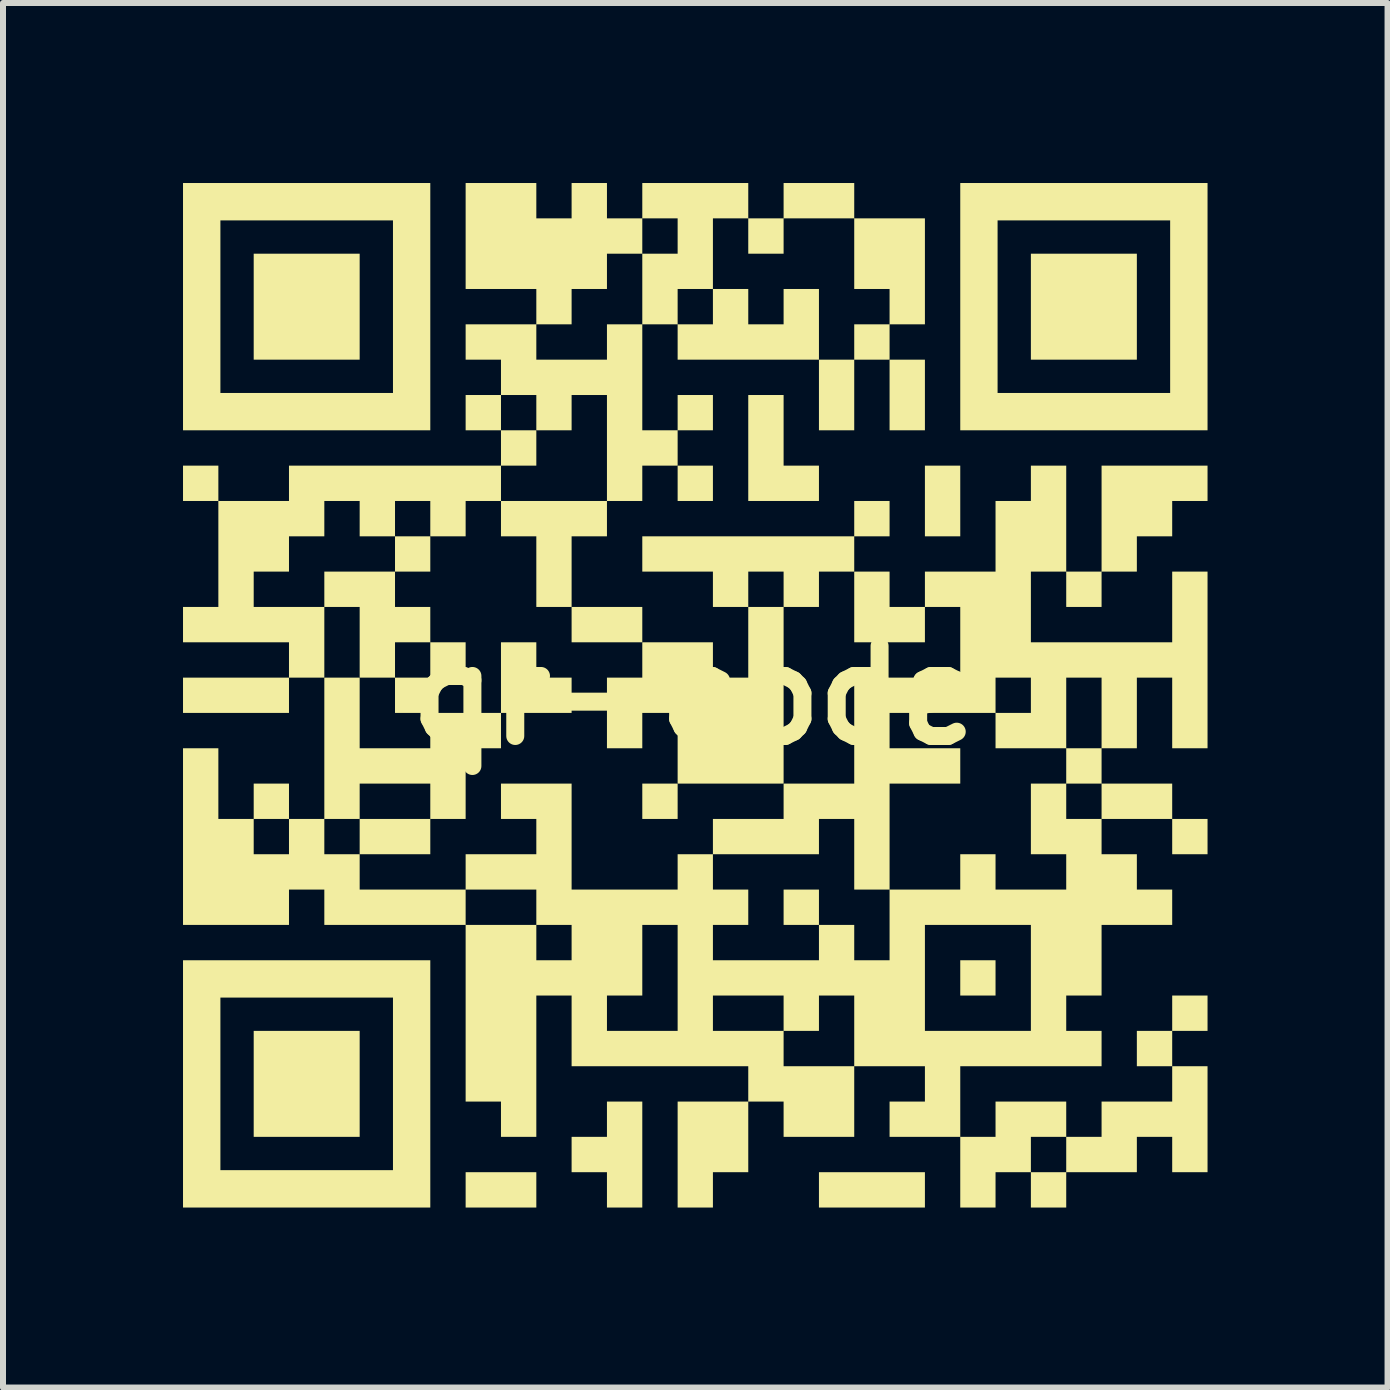
<source format=kicad_pcb>
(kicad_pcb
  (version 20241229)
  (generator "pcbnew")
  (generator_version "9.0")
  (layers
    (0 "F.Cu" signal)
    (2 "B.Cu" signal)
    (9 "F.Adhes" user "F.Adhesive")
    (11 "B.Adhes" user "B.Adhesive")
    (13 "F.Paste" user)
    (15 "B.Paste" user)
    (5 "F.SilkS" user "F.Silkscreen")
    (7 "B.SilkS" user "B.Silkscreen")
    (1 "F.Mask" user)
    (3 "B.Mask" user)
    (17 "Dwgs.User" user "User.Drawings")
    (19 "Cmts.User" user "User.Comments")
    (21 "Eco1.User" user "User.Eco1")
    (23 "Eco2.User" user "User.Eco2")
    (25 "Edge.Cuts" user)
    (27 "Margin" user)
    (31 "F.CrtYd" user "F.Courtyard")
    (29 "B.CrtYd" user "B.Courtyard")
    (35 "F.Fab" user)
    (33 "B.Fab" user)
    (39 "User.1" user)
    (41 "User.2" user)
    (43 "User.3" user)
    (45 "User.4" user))
  (footprint "qr-code"
    (layer "F.Cu")
    (at 8.537 8.537)
    (property "Reference" "qr-code" (at 0 0 0) (layer "F.SilkS") (effects (font (size 1.5 1.5) (thickness 0.3))))
    (attr board_only exclude_from_pos_files exclude_from_bom)
    (fp_poly (pts (xy -5.593 -6.476) (xy -5.593 -5.593) (xy -6.476 -5.593) (xy -7.359 -5.593) (xy -7.359 -6.476) (xy -7.359 -7.359) (xy -6.476 -7.359) (xy -5.593 -7.359)) (stroke (width 0) (type solid)) (fill yes) (layer "F.SilkS"))
    (fp_poly (pts (xy -5.593 6.476) (xy -5.593 7.359) (xy -6.476 7.359) (xy -7.359 7.359) (xy -7.359 6.476) (xy -7.359 5.593) (xy -6.476 5.593) (xy -5.593 5.593)) (stroke (width 0) (type solid)) (fill yes) (layer "F.SilkS"))
    (fp_poly (pts (xy -4.416 2.355) (xy -4.416 2.649) (xy -5.004 2.649) (xy -5.593 2.649) (xy -5.593 2.355) (xy -5.593 2.061) (xy -5.004 2.061) (xy -4.416 2.061)) (stroke (width 0) (type solid)) (fill yes) (layer "F.SilkS"))
    (fp_poly (pts (xy -2.649 8.242) (xy -2.649 8.537) (xy -3.238 8.537) (xy -3.827 8.537) (xy -3.827 8.242) (xy -3.827 7.948) (xy -3.238 7.948) (xy -2.649 7.948)) (stroke (width 0) (type solid)) (fill yes) (layer "F.SilkS"))
    (fp_poly (pts (xy -0.883 -1.177) (xy -0.883 -0.883) (xy -1.472 -0.883) (xy -2.061 -0.883) (xy -2.061 -1.177) (xy -2.061 -1.472) (xy -1.472 -1.472) (xy -0.883 -1.472)) (stroke (width 0) (type solid)) (fill yes) (layer "F.SilkS"))
    (fp_poly (pts (xy -0.294 1.766) (xy -0.294 2.061) (xy -0.589 2.061) (xy -0.883 2.061) (xy -0.883 1.766) (xy -0.883 1.472) (xy -0.589 1.472) (xy -0.294 1.472)) (stroke (width 0) (type solid)) (fill yes) (layer "F.SilkS"))
    (fp_poly (pts (xy 0.294 -3.532) (xy 0.294 -3.238) (xy 0 -3.238) (xy -0.294 -3.238) (xy -0.294 -3.532) (xy -0.294 -3.827) (xy 0 -3.827) (xy 0.294 -3.827)) (stroke (width 0) (type solid)) (fill yes) (layer "F.SilkS"))
    (fp_poly (pts (xy 2.061 3.532) (xy 2.061 3.827) (xy 1.766 3.827) (xy 1.472 3.827) (xy 1.472 3.532) (xy 1.472 3.238) (xy 1.766 3.238) (xy 2.061 3.238)) (stroke (width 0) (type solid)) (fill yes) (layer "F.SilkS"))
    (fp_poly (pts (xy 3.827 -5.004) (xy 3.827 -4.416) (xy 3.532 -4.416) (xy 3.238 -4.416) (xy 3.238 -5.004) (xy 3.238 -5.593) (xy 3.532 -5.593) (xy 3.827 -5.593)) (stroke (width 0) (type solid)) (fill yes) (layer "F.SilkS"))
    (fp_poly (pts (xy 3.827 8.242) (xy 3.827 8.537) (xy 2.944 8.537) (xy 2.061 8.537) (xy 2.061 8.242) (xy 2.061 7.948) (xy 2.944 7.948) (xy 3.827 7.948)) (stroke (width 0) (type solid)) (fill yes) (layer "F.SilkS"))
    (fp_poly (pts (xy 4.416 -3.238) (xy 4.416 -2.649) (xy 4.121 -2.649) (xy 3.827 -2.649) (xy 3.827 -3.238) (xy 3.827 -3.827) (xy 4.121 -3.827) (xy 4.416 -3.827)) (stroke (width 0) (type solid)) (fill yes) (layer "F.SilkS"))
    (fp_poly (pts (xy 5.004 4.71) (xy 5.004 5.004) (xy 4.71 5.004) (xy 4.416 5.004) (xy 4.416 4.71) (xy 4.416 4.416) (xy 4.71 4.416) (xy 5.004 4.416)) (stroke (width 0) (type solid)) (fill yes) (layer "F.SilkS"))
    (fp_poly (pts (xy 7.359 -6.476) (xy 7.359 -5.593) (xy 6.476 -5.593) (xy 5.593 -5.593) (xy 5.593 -6.476) (xy 5.593 -7.359) (xy 6.476 -7.359) (xy 7.359 -7.359)) (stroke (width 0) (type solid)) (fill yes) (layer "F.SilkS"))
    (fp_poly (pts (xy 8.537 2.355) (xy 8.537 2.649) (xy 8.242 2.649) (xy 7.948 2.649) (xy 7.948 2.355) (xy 7.948 2.061) (xy 8.242 2.061) (xy 8.537 2.061)) (stroke (width 0) (type solid)) (fill yes) (layer "F.SilkS"))
    (fp_poly (pts (xy -2.649 -0.589) (xy -2.649 -0.294) (xy -2.355 -0.294) (xy -2.061 -0.294) (xy -2.061 0) (xy -2.061 0.294) (xy -2.649 0.294) (xy -3.238 0.294) (xy -3.238 -0.294) (xy -3.238 -0.883) (xy -2.944 -0.883) (xy -2.649 -0.883)) (stroke (width 0) (type solid)) (fill yes) (layer "F.SilkS"))
    (fp_poly (pts (xy 1.472 -4.416) (xy 1.472 -3.827) (xy 1.766 -3.827) (xy 2.061 -3.827) (xy 2.061 -3.532) (xy 2.061 -3.238) (xy 1.472 -3.238) (xy 0.883 -3.238) (xy 0.883 -4.121) (xy 0.883 -5.004) (xy 1.177 -5.004) (xy 1.472 -5.004)) (stroke (width 0) (type solid)) (fill yes) (layer "F.SilkS"))
    (fp_poly (pts (xy -0.883 7.654) (xy -0.883 8.537) (xy -1.177 8.537) (xy -1.472 8.537) (xy -1.472 8.242) (xy -1.472 7.948) (xy -1.766 7.948) (xy -2.061 7.948) (xy -2.061 7.654) (xy -2.061 7.359) (xy -1.766 7.359) (xy -1.472 7.359) (xy -1.472 7.065) (xy -1.472 6.771) (xy -1.177 6.771) (xy -0.883 6.771)) (stroke (width 0) (type solid)) (fill yes) (layer "F.SilkS"))
    (fp_poly (pts (xy 8.537 5.299) (xy 8.537 5.593) (xy 8.242 5.593) (xy 7.948 5.593) (xy 7.948 5.887) (xy 7.948 6.182) (xy 7.654 6.182) (xy 7.359 6.182) (xy 7.359 5.887) (xy 7.359 5.593) (xy 7.654 5.593) (xy 7.948 5.593) (xy 7.948 5.299) (xy 7.948 5.004) (xy 8.242 5.004) (xy 8.537 5.004)) (stroke (width 0) (type solid)) (fill yes) (layer "F.SilkS"))
    (fp_poly (pts (xy -4.416 -6.476) (xy -4.416 -4.416) (xy -6.476 -4.416) (xy -8.537 -4.416) (xy -8.537 -6.476) (xy -7.914 -6.476) (xy -7.914 -5.038) (xy -6.476 -5.038) (xy -5.038 -5.038) (xy -5.038 -6.476) (xy -5.038 -7.914) (xy -6.476 -7.914) (xy -7.914 -7.914) (xy -7.914 -6.476) (xy -8.537 -6.476) (xy -8.537 -8.537) (xy -6.476 -8.537) (xy -4.416 -8.537)) (stroke (width 0) (type solid)) (fill yes) (layer "F.SilkS"))
    (fp_poly (pts (xy -4.416 6.476) (xy -4.416 8.537) (xy -6.476 8.537) (xy -8.537 8.537) (xy -8.537 6.476) (xy -7.914 6.476) (xy -7.914 7.914) (xy -6.476 7.914) (xy -5.038 7.914) (xy -5.038 6.476) (xy -5.038 5.038) (xy -6.476 5.038) (xy -7.914 5.038) (xy -7.914 6.476) (xy -8.537 6.476) (xy -8.537 4.416) (xy -6.476 4.416) (xy -4.416 4.416)) (stroke (width 0) (type solid)) (fill yes) (layer "F.SilkS"))
    (fp_poly (pts (xy 8.537 -6.476) (xy 8.537 -4.416) (xy 6.476 -4.416) (xy 4.416 -4.416) (xy 4.416 -6.476) (xy 5.038 -6.476) (xy 5.038 -5.038) (xy 6.476 -5.038) (xy 7.914 -5.038) (xy 7.914 -6.476) (xy 7.914 -7.914) (xy 6.476 -7.914) (xy 5.038 -7.914) (xy 5.038 -6.476) (xy 4.416 -6.476) (xy 4.416 -8.537) (xy 6.476 -8.537) (xy 8.537 -8.537)) (stroke (width 0) (type solid)) (fill yes) (layer "F.SilkS"))
    (fp_poly (pts (xy 1.472 0) (xy 1.472 1.472) (xy 0.589 1.472) (xy -0.294 1.472) (xy -0.294 0.883) (xy -0.294 0.294) (xy -0.589 0.294) (xy -0.883 0.294) (xy -0.883 0.589) (xy -0.883 0.883) (xy -1.177 0.883) (xy -1.472 0.883) (xy -1.472 0.294) (xy -1.472 -0.294) (xy -1.177 -0.294) (xy -0.883 -0.294) (xy -0.883 -0.589) (xy -0.883 -0.883) (xy -0.294 -0.883) (xy 0.294 -0.883) (xy 0.294 -0.589) (xy 0.294 -0.294) (xy 0.589 -0.294) (xy 0.883 -0.294) (xy 0.883 -0.883) (xy 0.883 -1.472) (xy 1.177 -1.472) (xy 1.472 -1.472)) (stroke (width 0) (type solid)) (fill yes) (layer "F.SilkS"))
    (fp_poly (pts (xy 3.238 -2.944) (xy 3.238 -2.649) (xy 2.944 -2.649) (xy 2.649 -2.649) (xy 2.649 -2.355) (xy 2.649 -2.061) (xy 2.355 -2.061) (xy 2.061 -2.061) (xy 2.061 -1.766) (xy 2.061 -1.472) (xy 1.766 -1.472) (xy 1.472 -1.472) (xy 1.472 -1.766) (xy 1.472 -2.061) (xy 1.177 -2.061) (xy 0.883 -2.061) (xy 0.883 -1.766) (xy 0.883 -1.472) (xy 0.589 -1.472) (xy 0.294 -1.472) (xy 0.294 -1.766) (xy 0.294 -2.061) (xy -0.294 -2.061) (xy -0.883 -2.061) (xy -0.883 -2.355) (xy -0.883 -2.649) (xy 0.883 -2.649) (xy 2.649 -2.649) (xy 2.649 -2.944) (xy 2.649 -3.238) (xy 2.944 -3.238) (xy 3.238 -3.238)) (stroke (width 0) (type solid)) (fill yes) (layer "F.SilkS"))
    (fp_poly (pts (xy -4.416 -2.355) (xy -4.416 -2.061) (xy -4.71 -2.061) (xy -5.004 -2.061) (xy -5.004 -1.766) (xy -5.004 -1.472) (xy -4.71 -1.472) (xy -4.416 -1.472) (xy -4.416 -1.177) (xy -4.416 -0.883) (xy -4.71 -0.883) (xy -5.004 -0.883) (xy -5.004 -0.589) (xy -5.004 -0.294) (xy -4.71 -0.294) (xy -4.416 -0.294) (xy -4.416 -0.589) (xy -4.416 -0.883) (xy -4.121 -0.883) (xy -3.827 -0.883) (xy -3.827 -0.589) (xy -3.827 -0.294) (xy -4.121 -0.294) (xy -4.416 -0.294) (xy -4.416 0) (xy -4.416 0.294) (xy -4.71 0.294) (xy -5.004 0.294) (xy -5.004 0) (xy -5.004 -0.294) (xy -5.299 -0.294) (xy -5.593 -0.294) (xy -5.593 -0.883) (xy -5.593 -1.472) (xy -5.887 -1.472) (xy -6.182 -1.472) (xy -6.182 -1.766) (xy -6.182 -2.061) (xy -5.593 -2.061) (xy -5.004 -2.061) (xy -5.004 -2.355) (xy -5.004 -2.649) (xy -4.71 -2.649) (xy -4.416 -2.649)) (stroke (width 0) (type solid)) (fill yes) (layer "F.SilkS"))
    (fp_poly (pts (xy -2.649 -4.121) (xy -2.649 -3.827) (xy -2.944 -3.827) (xy -3.238 -3.827) (xy -3.238 -3.532) (xy -3.238 -3.238) (xy -3.532 -3.238) (xy -3.827 -3.238) (xy -3.827 -2.944) (xy -3.827 -2.649) (xy -4.121 -2.649) (xy -4.416 -2.649) (xy -4.416 -2.944) (xy -4.416 -3.238) (xy -4.71 -3.238) (xy -5.004 -3.238) (xy -5.004 -2.944) (xy -5.004 -2.649) (xy -5.299 -2.649) (xy -5.593 -2.649) (xy -5.593 -2.944) (xy -5.593 -3.238) (xy -5.887 -3.238) (xy -6.182 -3.238) (xy -6.182 -2.944) (xy -6.182 -2.649) (xy -6.476 -2.649) (xy -6.771 -2.649) (xy -6.771 -2.355) (xy -6.771 -2.061) (xy -7.065 -2.061) (xy -7.359 -2.061) (xy -7.359 -1.766) (xy -7.359 -1.472) (xy -6.771 -1.472) (xy -6.182 -1.472) (xy -6.182 -0.883) (xy -6.182 -0.294) (xy -6.476 -0.294) (xy -6.771 -0.294) (xy -6.771 0) (xy -6.771 0.294) (xy -7.654 0.294) (xy -8.537 0.294) (xy -8.537 0) (xy -8.537 -0.294) (xy -7.654 -0.294) (xy -6.771 -0.294) (xy -6.771 -0.589) (xy -6.771 -0.883) (xy -7.654 -0.883) (xy -8.537 -0.883) (xy -8.537 -1.177) (xy -8.537 -1.472) (xy -8.242 -1.472) (xy -7.948 -1.472) (xy -7.948 -2.355) (xy -7.948 -3.238) (xy -8.242 -3.238) (xy -8.537 -3.238) (xy -8.537 -3.532) (xy -8.537 -3.827) (xy -8.242 -3.827) (xy -7.948 -3.827) (xy -7.948 -3.532) (xy -7.948 -3.238) (xy -7.359 -3.238) (xy -6.771 -3.238) (xy -6.771 -3.532) (xy -6.771 -3.827) (xy -5.004 -3.827) (xy -3.238 -3.827) (xy -3.238 -4.121) (xy -3.238 -4.416) (xy -2.944 -4.416) (xy -2.649 -4.416)) (stroke (width 0) (type solid)) (fill yes) (layer "F.SilkS"))
    (fp_poly (pts (xy -2.649 -8.242) (xy -2.649 -7.948) (xy -2.355 -7.948) (xy -2.061 -7.948) (xy -2.061 -8.242) (xy -2.061 -8.537) (xy -1.766 -8.537) (xy -1.472 -8.537) (xy -1.472 -8.242) (xy -1.472 -7.948) (xy -1.177 -7.948) (xy -0.883 -7.948) (xy -0.883 -8.242) (xy -0.883 -8.537) (xy 0 -8.537) (xy 0.883 -8.537) (xy 0.883 -8.242) (xy 0.883 -7.948) (xy 1.177 -7.948) (xy 1.472 -7.948) (xy 1.472 -8.242) (xy 1.472 -8.537) (xy 2.061 -8.537) (xy 2.649 -8.537) (xy 2.649 -8.242) (xy 2.649 -7.948) (xy 2.061 -7.948) (xy 1.472 -7.948) (xy 1.472 -7.654) (xy 1.472 -7.359) (xy 1.177 -7.359) (xy 0.883 -7.359) (xy 0.883 -7.654) (xy 0.883 -7.948) (xy 0.589 -7.948) (xy 0.294 -7.948) (xy 0.294 -7.359) (xy 0.294 -6.771) (xy 0 -6.771) (xy -0.294 -6.771) (xy -0.294 -6.476) (xy -0.294 -6.182) (xy 0 -6.182) (xy 0.294 -6.182) (xy 0.294 -6.476) (xy 0.294 -6.771) (xy 0.589 -6.771) (xy 0.883 -6.771) (xy 0.883 -6.476) (xy 0.883 -6.182) (xy 1.177 -6.182) (xy 1.472 -6.182) (xy 1.472 -6.476) (xy 1.472 -6.771) (xy 1.766 -6.771) (xy 2.061 -6.771) (xy 2.061 -6.182) (xy 2.061 -5.593) (xy 2.355 -5.593) (xy 2.649 -5.593) (xy 2.649 -5.887) (xy 2.649 -6.182) (xy 2.944 -6.182) (xy 3.238 -6.182) (xy 3.238 -6.476) (xy 3.238 -6.771) (xy 2.944 -6.771) (xy 2.649 -6.771) (xy 2.649 -7.359) (xy 2.649 -7.948) (xy 3.238 -7.948) (xy 3.827 -7.948) (xy 3.827 -7.065) (xy 3.827 -6.182) (xy 3.532 -6.182) (xy 3.238 -6.182) (xy 3.238 -5.887) (xy 3.238 -5.593) (xy 2.944 -5.593) (xy 2.649 -5.593) (xy 2.649 -5.004) (xy 2.649 -4.416) (xy 2.355 -4.416) (xy 2.061 -4.416) (xy 2.061 -5.004) (xy 2.061 -5.593) (xy 0.883 -5.593) (xy -0.294 -5.593) (xy -0.294 -5.887) (xy -0.294 -6.182) (xy -0.589 -6.182) (xy -0.883 -6.182) (xy -0.883 -5.299) (xy -0.883 -4.416) (xy -0.589 -4.416) (xy -0.294 -4.416) (xy -0.294 -4.71) (xy -0.294 -5.004) (xy 0 -5.004) (xy 0.294 -5.004) (xy 0.294 -4.71) (xy 0.294 -4.416) (xy 0 -4.416) (xy -0.294 -4.416) (xy -0.294 -4.121) (xy -0.294 -3.827) (xy -0.589 -3.827) (xy -0.883 -3.827) (xy -0.883 -3.532) (xy -0.883 -3.238) (xy -1.177 -3.238) (xy -1.472 -3.238) (xy -1.472 -2.944) (xy -1.472 -2.649) (xy -1.766 -2.649) (xy -2.061 -2.649) (xy -2.061 -2.061) (xy -2.061 -1.472) (xy -2.355 -1.472) (xy -2.649 -1.472) (xy -2.649 -2.061) (xy -2.649 -2.649) (xy -2.944 -2.649) (xy -3.238 -2.649) (xy -3.238 -2.944) (xy -3.238 -3.238) (xy -2.355 -3.238) (xy -1.472 -3.238) (xy -1.472 -4.121) (xy -1.472 -5.004) (xy -1.766 -5.004) (xy -2.061 -5.004) (xy -2.061 -4.71) (xy -2.061 -4.416) (xy -2.355 -4.416) (xy -2.649 -4.416) (xy -2.649 -4.71) (xy -2.649 -5.004) (xy -2.944 -5.004) (xy -3.238 -5.004) (xy -3.238 -4.71) (xy -3.238 -4.416) (xy -3.532 -4.416) (xy -3.827 -4.416) (xy -3.827 -4.71) (xy -3.827 -5.004) (xy -3.532 -5.004) (xy -3.238 -5.004) (xy -3.238 -5.299) (xy -3.238 -5.593) (xy -3.532 -5.593) (xy -3.827 -5.593) (xy -3.827 -5.887) (xy -3.827 -6.182) (xy -3.238 -6.182) (xy -2.649 -6.182) (xy -2.649 -5.887) (xy -2.649 -5.593) (xy -2.061 -5.593) (xy -1.472 -5.593) (xy -1.472 -5.887) (xy -1.472 -6.182) (xy -1.177 -6.182) (xy -0.883 -6.182) (xy -0.883 -6.771) (xy -0.883 -7.359) (xy -0.589 -7.359) (xy -0.294 -7.359) (xy -0.294 -7.654) (xy -0.294 -7.948) (xy -0.589 -7.948) (xy -0.883 -7.948) (xy -0.883 -7.654) (xy -0.883 -7.359) (xy -1.177 -7.359) (xy -1.472 -7.359) (xy -1.472 -7.065) (xy -1.472 -6.771) (xy -1.766 -6.771) (xy -2.061 -6.771) (xy -2.061 -6.476) (xy -2.061 -6.182) (xy -2.355 -6.182) (xy -2.649 -6.182) (xy -2.649 -6.476) (xy -2.649 -6.771) (xy -3.238 -6.771) (xy -3.827 -6.771) (xy -3.827 -7.654) (xy -3.827 -8.537) (xy -3.238 -8.537) (xy -2.649 -8.537)) (stroke (width 0) (type solid)) (fill yes) (layer "F.SilkS"))
    (fp_poly (pts (xy 6.182 -2.944) (xy 6.182 -2.061) (xy 6.476 -2.061) (xy 6.771 -2.061) (xy 6.771 -2.944) (xy 6.771 -3.827) (xy 7.654 -3.827) (xy 8.537 -3.827) (xy 8.537 -3.532) (xy 8.537 -3.238) (xy 8.242 -3.238) (xy 7.948 -3.238) (xy 7.948 -2.944) (xy 7.948 -2.649) (xy 7.654 -2.649) (xy 7.359 -2.649) (xy 7.359 -2.355) (xy 7.359 -2.061) (xy 7.065 -2.061) (xy 6.771 -2.061) (xy 6.771 -1.766) (xy 6.771 -1.472) (xy 6.476 -1.472) (xy 6.182 -1.472) (xy 6.182 -1.766) (xy 6.182 -2.061) (xy 5.887 -2.061) (xy 5.593 -2.061) (xy 5.593 -1.472) (xy 5.593 -0.883) (xy 6.771 -0.883) (xy 7.948 -0.883) (xy 7.948 -1.472) (xy 7.948 -2.061) (xy 8.242 -2.061) (xy 8.537 -2.061) (xy 8.537 -0.589) (xy 8.537 0.883) (xy 8.242 0.883) (xy 7.948 0.883) (xy 7.948 0.294) (xy 7.948 -0.294) (xy 7.654 -0.294) (xy 7.359 -0.294) (xy 7.359 0.294) (xy 7.359 0.883) (xy 7.065 0.883) (xy 6.771 0.883) (xy 6.771 1.177) (xy 6.771 1.472) (xy 6.476 1.472) (xy 6.182 1.472) (xy 6.182 1.766) (xy 6.182 2.061) (xy 6.476 2.061) (xy 6.771 2.061) (xy 6.771 1.766) (xy 6.771 1.472) (xy 7.359 1.472) (xy 7.948 1.472) (xy 7.948 1.766) (xy 7.948 2.061) (xy 7.359 2.061) (xy 6.771 2.061) (xy 6.771 2.355) (xy 6.771 2.649) (xy 7.065 2.649) (xy 7.359 2.649) (xy 7.359 2.944) (xy 7.359 3.238) (xy 7.654 3.238) (xy 7.948 3.238) (xy 7.948 3.532) (xy 7.948 3.827) (xy 7.359 3.827) (xy 6.771 3.827) (xy 6.771 4.416) (xy 6.771 5.004) (xy 6.476 5.004) (xy 6.182 5.004) (xy 6.182 5.299) (xy 6.182 5.593) (xy 6.476 5.593) (xy 6.771 5.593) (xy 6.771 5.887) (xy 6.771 6.182) (xy 5.593 6.182) (xy 4.416 6.182) (xy 4.416 6.771) (xy 4.416 7.359) (xy 4.71 7.359) (xy 5.004 7.359) (xy 5.004 7.065) (xy 5.004 6.771) (xy 5.593 6.771) (xy 6.182 6.771) (xy 6.182 7.065) (xy 6.182 7.359) (xy 6.476 7.359) (xy 6.771 7.359) (xy 6.771 7.065) (xy 6.771 6.771) (xy 7.359 6.771) (xy 7.948 6.771) (xy 7.948 6.476) (xy 7.948 6.182) (xy 8.242 6.182) (xy 8.537 6.182) (xy 8.537 7.065) (xy 8.537 7.948) (xy 8.242 7.948) (xy 7.948 7.948) (xy 7.948 7.654) (xy 7.948 7.359) (xy 7.654 7.359) (xy 7.359 7.359) (xy 7.359 7.654) (xy 7.359 7.948) (xy 6.771 7.948) (xy 6.182 7.948) (xy 6.182 8.242) (xy 6.182 8.537) (xy 5.887 8.537) (xy 5.593 8.537) (xy 5.593 8.242) (xy 5.593 7.948) (xy 5.299 7.948) (xy 5.004 7.948) (xy 5.004 8.242) (xy 5.004 8.537) (xy 4.71 8.537) (xy 4.416 8.537) (xy 4.416 7.948) (xy 4.416 7.654) (xy 5.593 7.654) (xy 5.593 7.948) (xy 5.887 7.948) (xy 6.182 7.948) (xy 6.182 7.654) (xy 6.182 7.359) (xy 5.887 7.359) (xy 5.593 7.359) (xy 5.593 7.654) (xy 4.416 7.654) (xy 4.416 7.359) (xy 3.827 7.359) (xy 3.238 7.359) (xy 3.238 7.065) (xy 3.238 6.771) (xy 3.532 6.771) (xy 3.827 6.771) (xy 3.827 6.476) (xy 3.827 6.182) (xy 3.238 6.182) (xy 2.649 6.182) (xy 2.649 6.771) (xy 2.649 7.359) (xy 2.061 7.359) (xy 1.472 7.359) (xy 1.472 7.065) (xy 1.472 6.771) (xy 1.177 6.771) (xy 0.883 6.771) (xy 0.883 7.359) (xy 0.883 7.948) (xy 0.589 7.948) (xy 0.294 7.948) (xy 0.294 8.242) (xy 0.294 8.537) (xy 0 8.537) (xy -0.294 8.537) (xy -0.294 7.654) (xy -0.294 6.771) (xy 0.294 6.771) (xy 0.883 6.771) (xy 0.883 6.476) (xy 0.883 6.182) (xy -0.589 6.182) (xy -2.061 6.182) (xy -2.061 5.593) (xy -2.061 5.004) (xy -1.472 5.004) (xy -1.472 5.299) (xy -1.472 5.593) (xy -0.883 5.593) (xy -0.294 5.593) (xy -0.294 5.299) (xy 0.294 5.299) (xy 0.294 5.593) (xy 0.883 5.593) (xy 1.472 5.593) (xy 1.472 5.887) (xy 1.472 6.182) (xy 2.061 6.182) (xy 2.649 6.182) (xy 2.649 5.593) (xy 2.649 5.004) (xy 2.355 5.004) (xy 2.061 5.004) (xy 2.061 5.299) (xy 2.061 5.593) (xy 1.766 5.593) (xy 1.472 5.593) (xy 1.472 5.299) (xy 1.472 5.004) (xy 0.883 5.004) (xy 0.294 5.004) (xy 0.294 5.299) (xy -0.294 5.299) (xy -0.294 4.71) (xy 3.827 4.71) (xy 3.827 5.593) (xy 4.71 5.593) (xy 5.593 5.593) (xy 5.593 4.71) (xy 5.593 3.827) (xy 4.71 3.827) (xy 3.827 3.827) (xy 3.827 4.71) (xy -0.294 4.71) (xy -0.294 3.827) (xy -0.589 3.827) (xy -0.883 3.827) (xy -0.883 4.416) (xy -0.883 5.004) (xy -1.177 5.004) (xy -1.472 5.004) (xy -2.061 5.004) (xy -2.355 5.004) (xy -2.649 5.004) (xy -2.649 6.182) (xy -2.649 7.359) (xy -2.944 7.359) (xy -3.238 7.359) (xy -3.238 7.065) (xy -3.238 6.771) (xy -3.532 6.771) (xy -3.827 6.771) (xy -3.827 5.299) (xy -3.827 4.121) (xy -2.649 4.121) (xy -2.649 4.416) (xy -2.355 4.416) (xy -2.061 4.416) (xy -2.061 4.121) (xy -2.061 3.827) (xy -2.355 3.827) (xy -2.649 3.827) (xy -2.649 4.121) (xy -3.827 4.121) (xy -3.827 3.827) (xy -5.004 3.827) (xy -6.182 3.827) (xy -6.182 3.532) (xy -3.827 3.532) (xy -3.827 3.827) (xy -3.238 3.827) (xy -2.649 3.827) (xy -2.649 3.532) (xy -2.649 3.238) (xy -3.238 3.238) (xy -3.827 3.238) (xy -3.827 3.532) (xy -6.182 3.532) (xy -6.182 3.238) (xy -6.476 3.238) (xy -6.771 3.238) (xy -6.771 3.532) (xy -6.771 3.827) (xy -7.654 3.827) (xy -8.537 3.827) (xy -8.537 2.355) (xy -7.359 2.355) (xy -7.359 2.649) (xy -7.065 2.649) (xy -6.771 2.649) (xy -6.771 2.355) (xy -6.771 2.061) (xy -7.065 2.061) (xy -7.359 2.061) (xy -7.359 2.355) (xy -8.537 2.355) (xy -8.537 0.883) (xy -8.242 0.883) (xy -7.948 0.883) (xy -7.948 1.472) (xy -7.948 2.061) (xy -7.654 2.061) (xy -7.359 2.061) (xy -7.359 1.766) (xy -7.359 1.472) (xy -7.065 1.472) (xy -6.771 1.472) (xy -6.771 1.766) (xy -6.771 2.061) (xy -6.476 2.061) (xy -6.182 2.061) (xy -6.182 0.883) (xy -6.182 -0.294) (xy -5.887 -0.294) (xy -5.593 -0.294) (xy -5.593 0.294) (xy -5.593 0.883) (xy -5.004 0.883) (xy -4.416 0.883) (xy -4.416 0.589) (xy -4.416 0.294) (xy -3.827 0.294) (xy -3.238 0.294) (xy -3.238 0.589) (xy -3.238 0.883) (xy -3.532 0.883) (xy -3.827 0.883) (xy -3.827 1.472) (xy -3.827 2.061) (xy -4.121 2.061) (xy -4.416 2.061) (xy -4.416 1.766) (xy -4.416 1.472) (xy -5.004 1.472) (xy -5.593 1.472) (xy -5.593 1.766) (xy -5.593 2.061) (xy -5.887 2.061) (xy -6.182 2.061) (xy -6.182 2.355) (xy -6.182 2.649) (xy -5.887 2.649) (xy -5.593 2.649) (xy -5.593 2.944) (xy -5.593 3.238) (xy -4.71 3.238) (xy -3.827 3.238) (xy -3.827 2.944) (xy -3.827 2.649) (xy -3.238 2.649) (xy -2.649 2.649) (xy -2.649 2.355) (xy -2.649 2.061) (xy -2.944 2.061) (xy -3.238 2.061) (xy -3.238 1.766) (xy -3.238 1.472) (xy -2.649 1.472) (xy -2.061 1.472) (xy -2.061 2.355) (xy -2.061 3.238) (xy -1.177 3.238) (xy -0.294 3.238) (xy -0.294 2.944) (xy -0.294 2.649) (xy 0 2.649) (xy 0.294 2.649) (xy 0.294 2.944) (xy 0.294 3.238) (xy 0.589 3.238) (xy 0.883 3.238) (xy 0.883 3.532) (xy 0.883 3.827) (xy 0.589 3.827) (xy 0.294 3.827) (xy 0.294 4.121) (xy 0.294 4.416) (xy 1.177 4.416) (xy 2.061 4.416) (xy 2.061 4.121) (xy 2.061 3.827) (xy 2.355 3.827) (xy 2.649 3.827) (xy 2.649 4.121) (xy 2.649 4.416) (xy 2.944 4.416) (xy 3.238 4.416) (xy 3.238 3.827) (xy 3.238 3.238) (xy 3.827 3.238) (xy 4.416 3.238) (xy 4.416 2.944) (xy 4.416 2.649) (xy 4.71 2.649) (xy 5.004 2.649) (xy 5.004 2.944) (xy 5.004 3.238) (xy 5.593 3.238) (xy 6.182 3.238) (xy 6.182 2.944) (xy 6.182 2.649) (xy 5.887 2.649) (xy 5.593 2.649) (xy 5.593 2.061) (xy 5.593 1.472) (xy 5.887 1.472) (xy 6.182 1.472) (xy 6.182 1.177) (xy 6.182 0.883) (xy 6.476 0.883) (xy 6.771 0.883) (xy 6.771 0.294) (xy 6.771 -0.294) (xy 6.476 -0.294) (xy 6.182 -0.294) (xy 6.182 0.294) (xy 6.182 0.883) (xy 5.593 0.883) (xy 5.004 0.883) (xy 5.004 0.589) (xy 5.004 0.294) (xy 5.299 0.294) (xy 5.593 0.294) (xy 5.593 0) (xy 5.593 -0.294) (xy 5.299 -0.294) (xy 5.004 -0.294) (xy 5.004 0) (xy 5.004 0.294) (xy 4.121 0.294) (xy 3.238 0.294) (xy 3.238 0.589) (xy 3.238 0.883) (xy 3.827 0.883) (xy 4.416 0.883) (xy 4.416 1.177) (xy 4.416 1.472) (xy 3.827 1.472) (xy 3.238 1.472) (xy 3.238 2.355) (xy 3.238 3.238) (xy 2.944 3.238) (xy 2.649 3.238) (xy 2.649 2.649) (xy 2.649 2.061) (xy 2.355 2.061) (xy 2.061 2.061) (xy 2.061 2.355) (xy 2.061 2.649) (xy 1.177 2.649) (xy 0.294 2.649) (xy 0.294 2.355) (xy 0.294 2.061) (xy 0.883 2.061) (xy 1.472 2.061) (xy 1.472 1.766) (xy 1.472 1.472) (xy 2.061 1.472) (xy 2.649 1.472) (xy 2.649 0.589) (xy 2.649 -0.294) (xy 3.532 -0.294) (xy 4.416 -0.294) (xy 4.416 -0.883) (xy 4.416 -1.472) (xy 4.121 -1.472) (xy 3.827 -1.472) (xy 3.827 -1.177) (xy 3.827 -0.883) (xy 3.238 -0.883) (xy 2.649 -0.883) (xy 2.649 -1.472) (xy 2.649 -2.061) (xy 2.944 -2.061) (xy 3.238 -2.061) (xy 3.238 -1.766) (xy 3.238 -1.472) (xy 3.532 -1.472) (xy 3.827 -1.472) (xy 3.827 -1.766) (xy 3.827 -2.061) (xy 4.416 -2.061) (xy 5.004 -2.061) (xy 5.004 -2.649) (xy 5.004 -3.238) (xy 5.299 -3.238) (xy 5.593 -3.238) (xy 5.593 -3.532) (xy 5.593 -3.827) (xy 5.887 -3.827) (xy 6.182 -3.827)) (stroke (width 0) (type solid)) (fill yes) (layer "F.SilkS")))
  (gr_rect
    (start -3 -3)
    (end 20.074 20.074)
    (stroke (width 0.1) (type default))
    (fill no)
    (layer "Edge.Cuts")))
</source>
